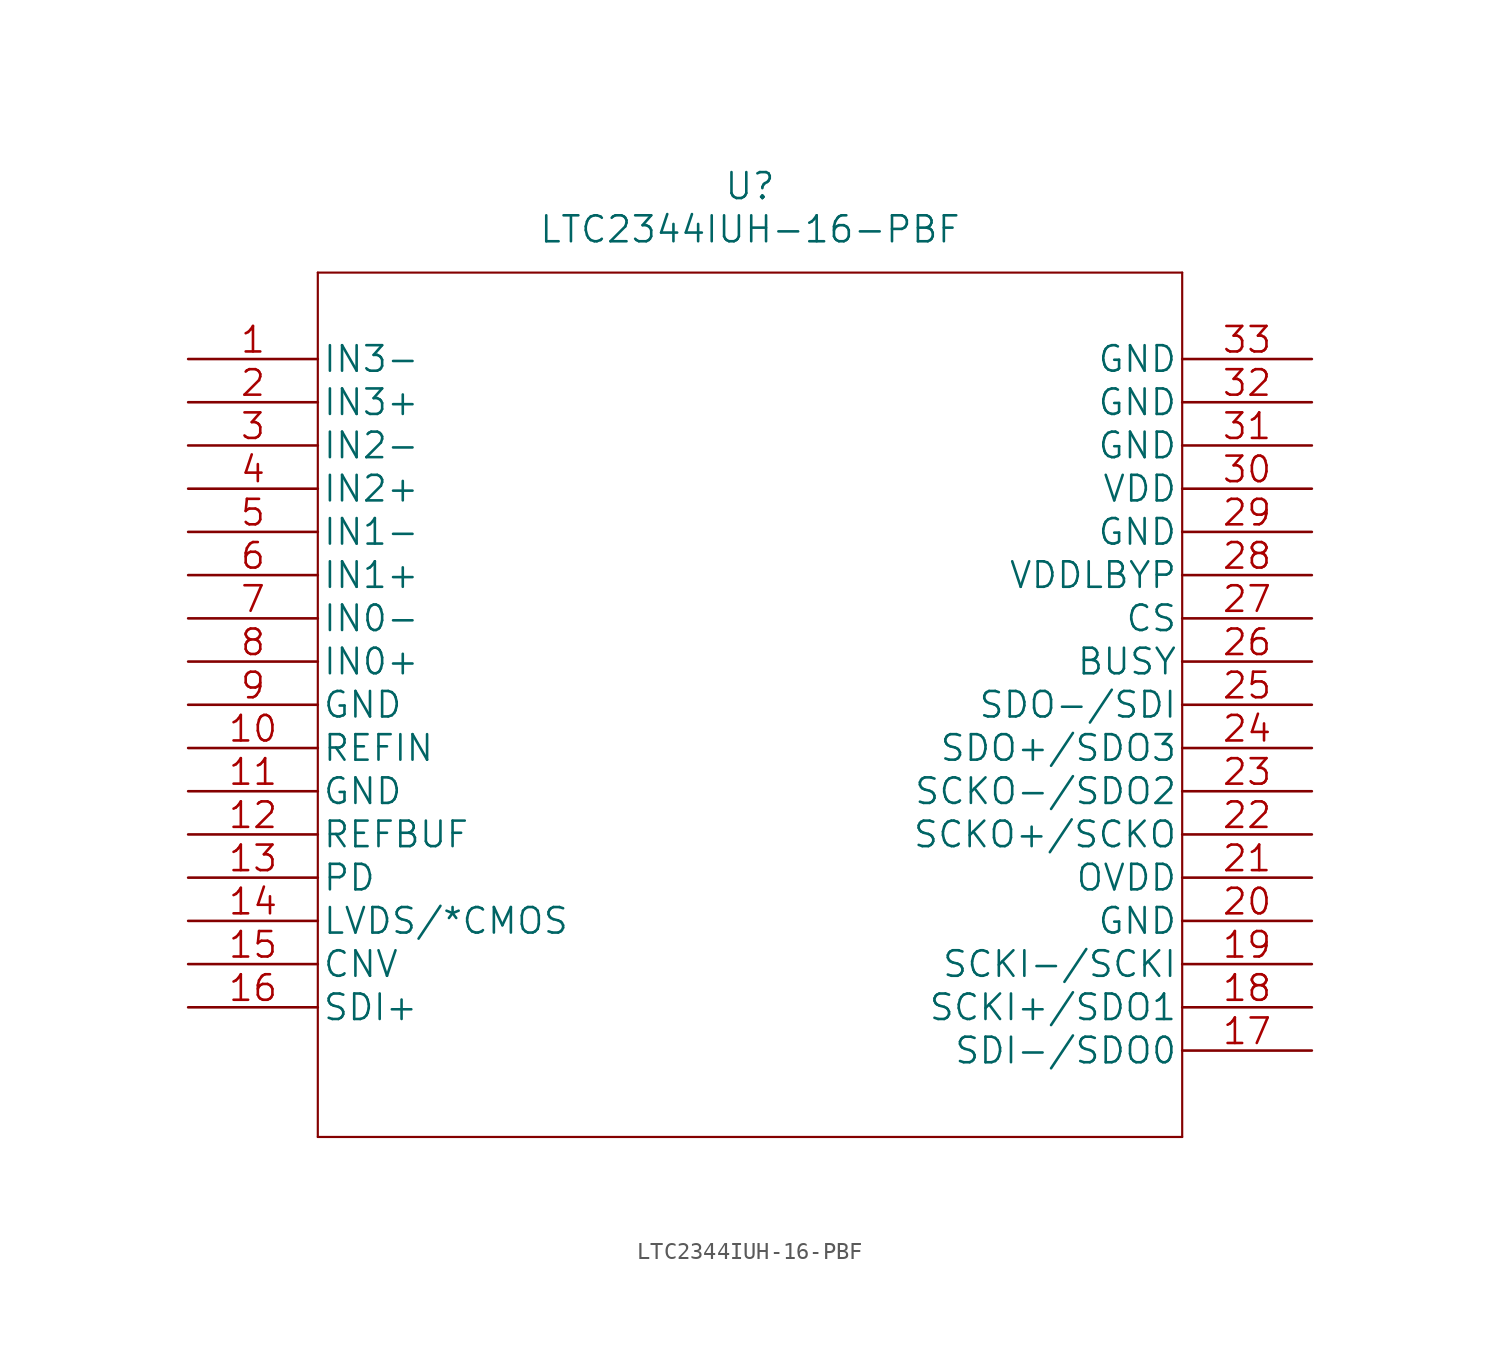
<source format=kicad_sym>
(kicad_symbol_lib
  (version 20211014)
  (generator kicad_symbol_editor)
  (symbol "LTC2344IUH-16-PBF"
    (pin_names
      (offset 0.254))
    (property "Reference" "U"
      (at 33.02 10.16 0)
      (effects (font (size 1.524 1.524))))
    (property "Value" "LTC2344IUH-16-PBF"
      (at 33.02 7.62 0)
      (effects (font (size 1.524 1.524))))
    (property "Datasheet" ""
      (at 0 0 0)
      (effects (font (size 1.524 1.524))))
    (property "ki_locked" ""
      (at 0 0 0)
      (effects (font (size 1.27 1.27))))
    (symbol "LTC2344IUH-16-PBF_1_1"
      (polyline (pts (xy 7.62 -45.72) (xy 58.42 -45.72)) (stroke (width 0.127) (type default) (color 0 0 0 0)) (fill (type none)))
      (polyline (pts (xy 7.62 5.08) (xy 7.62 -45.72)) (stroke (width 0.127) (type default) (color 0 0 0 0)) (fill (type none)))
      (polyline (pts (xy 58.42 -45.72) (xy 58.42 5.08)) (stroke (width 0.127) (type default) (color 0 0 0 0)) (fill (type none)))
      (polyline (pts (xy 58.42 5.08) (xy 7.62 5.08)) (stroke (width 0.127) (type default) (color 0 0 0 0)) (fill (type none)))
      (pin input line (at 0 0 0) (length 7.62) (name "IN3-" (effects (font (size 1.499 1.499)))) (number "1" (effects (font (size 1.499 1.499)))))
      (pin input line (at 0 -22.86 0) (length 7.62) (name "REFIN" (effects (font (size 1.499 1.499)))) (number "10" (effects (font (size 1.499 1.499)))))
      (pin power_in line (at 0 -25.4 0) (length 7.62) (name "GND" (effects (font (size 1.499 1.499)))) (number "11" (effects (font (size 1.499 1.499)))))
      (pin input line (at 0 -27.94 0) (length 7.62) (name "REFBUF" (effects (font (size 1.499 1.499)))) (number "12" (effects (font (size 1.499 1.499)))))
      (pin input line (at 0 -30.48 0) (length 7.62) (name "PD" (effects (font (size 1.499 1.499)))) (number "13" (effects (font (size 1.499 1.499)))))
      (pin input line (at 0 -33.02 0) (length 7.62) (name "LVDS/*CMOS" (effects (font (size 1.499 1.499)))) (number "14" (effects (font (size 1.499 1.499)))))
      (pin input line (at 0 -35.56 0) (length 7.62) (name "CNV" (effects (font (size 1.499 1.499)))) (number "15" (effects (font (size 1.499 1.499)))))
      (pin input line (at 0 -38.1 0) (length 7.62) (name "SDI+" (effects (font (size 1.499 1.499)))) (number "16" (effects (font (size 1.499 1.499)))))
      (pin bidirectional line (at 66.04 -40.64 180) (length 7.62) (name "SDI-/SDO0" (effects (font (size 1.499 1.499)))) (number "17" (effects (font (size 1.499 1.499)))))
      (pin bidirectional line (at 66.04 -38.1 180) (length 7.62) (name "SCKI+/SDO1" (effects (font (size 1.499 1.499)))) (number "18" (effects (font (size 1.499 1.499)))))
      (pin input line (at 66.04 -35.56 180) (length 7.62) (name "SCKI-/SCKI" (effects (font (size 1.499 1.499)))) (number "19" (effects (font (size 1.499 1.499)))))
      (pin input line (at 0 -2.54 0) (length 7.62) (name "IN3+" (effects (font (size 1.499 1.499)))) (number "2" (effects (font (size 1.499 1.499)))))
      (pin power_in line (at 66.04 -33.02 180) (length 7.62) (name "GND" (effects (font (size 1.499 1.499)))) (number "20" (effects (font (size 1.499 1.499)))))
      (pin power_in line (at 66.04 -30.48 180) (length 7.62) (name "OVDD" (effects (font (size 1.499 1.499)))) (number "21" (effects (font (size 1.499 1.499)))))
      (pin output line (at 66.04 -27.94 180) (length 7.62) (name "SCKO+/SCKO" (effects (font (size 1.499 1.499)))) (number "22" (effects (font (size 1.499 1.499)))))
      (pin output line (at 66.04 -25.4 180) (length 7.62) (name "SCKO-/SDO2" (effects (font (size 1.499 1.499)))) (number "23" (effects (font (size 1.499 1.499)))))
      (pin output line (at 66.04 -22.86 180) (length 7.62) (name "SDO+/SDO3" (effects (font (size 1.499 1.499)))) (number "24" (effects (font (size 1.499 1.499)))))
      (pin bidirectional line (at 66.04 -20.32 180) (length 7.62) (name "SDO-/SDI" (effects (font (size 1.499 1.499)))) (number "25" (effects (font (size 1.499 1.499)))))
      (pin output line (at 66.04 -17.78 180) (length 7.62) (name "BUSY" (effects (font (size 1.499 1.499)))) (number "26" (effects (font (size 1.499 1.499)))))
      (pin input line (at 66.04 -15.24 180) (length 7.62) (name "CS" (effects (font (size 1.499 1.499)))) (number "27" (effects (font (size 1.499 1.499)))))
      (pin power_in line (at 66.04 -12.7 180) (length 7.62) (name "VDDLBYP" (effects (font (size 1.499 1.499)))) (number "28" (effects (font (size 1.499 1.499)))))
      (pin power_in line (at 66.04 -10.16 180) (length 7.62) (name "GND" (effects (font (size 1.499 1.499)))) (number "29" (effects (font (size 1.499 1.499)))))
      (pin input line (at 0 -5.08 0) (length 7.62) (name "IN2-" (effects (font (size 1.499 1.499)))) (number "3" (effects (font (size 1.499 1.499)))))
      (pin power_in line (at 66.04 -7.62 180) (length 7.62) (name "VDD" (effects (font (size 1.499 1.499)))) (number "30" (effects (font (size 1.499 1.499)))))
      (pin power_in line (at 66.04 -5.08 180) (length 7.62) (name "GND" (effects (font (size 1.499 1.499)))) (number "31" (effects (font (size 1.499 1.499)))))
      (pin power_in line (at 66.04 -2.54 180) (length 7.62) (name "GND" (effects (font (size 1.499 1.499)))) (number "32" (effects (font (size 1.499 1.499)))))
      (pin power_in line (at 66.04 0 180) (length 7.62) (name "GND" (effects (font (size 1.499 1.499)))) (number "33" (effects (font (size 1.499 1.499)))))
      (pin input line (at 0 -7.62 0) (length 7.62) (name "IN2+" (effects (font (size 1.499 1.499)))) (number "4" (effects (font (size 1.499 1.499)))))
      (pin input line (at 0 -10.16 0) (length 7.62) (name "IN1-" (effects (font (size 1.499 1.499)))) (number "5" (effects (font (size 1.499 1.499)))))
      (pin input line (at 0 -12.7 0) (length 7.62) (name "IN1+" (effects (font (size 1.499 1.499)))) (number "6" (effects (font (size 1.499 1.499)))))
      (pin input line (at 0 -15.24 0) (length 7.62) (name "IN0-" (effects (font (size 1.499 1.499)))) (number "7" (effects (font (size 1.499 1.499)))))
      (pin input line (at 0 -17.78 0) (length 7.62) (name "IN0+" (effects (font (size 1.499 1.499)))) (number "8" (effects (font (size 1.499 1.499)))))
      (pin power_in line (at 0 -20.32 0) (length 7.62) (name "GND" (effects (font (size 1.499 1.499)))) (number "9" (effects (font (size 1.499 1.499))))))))
</source>
